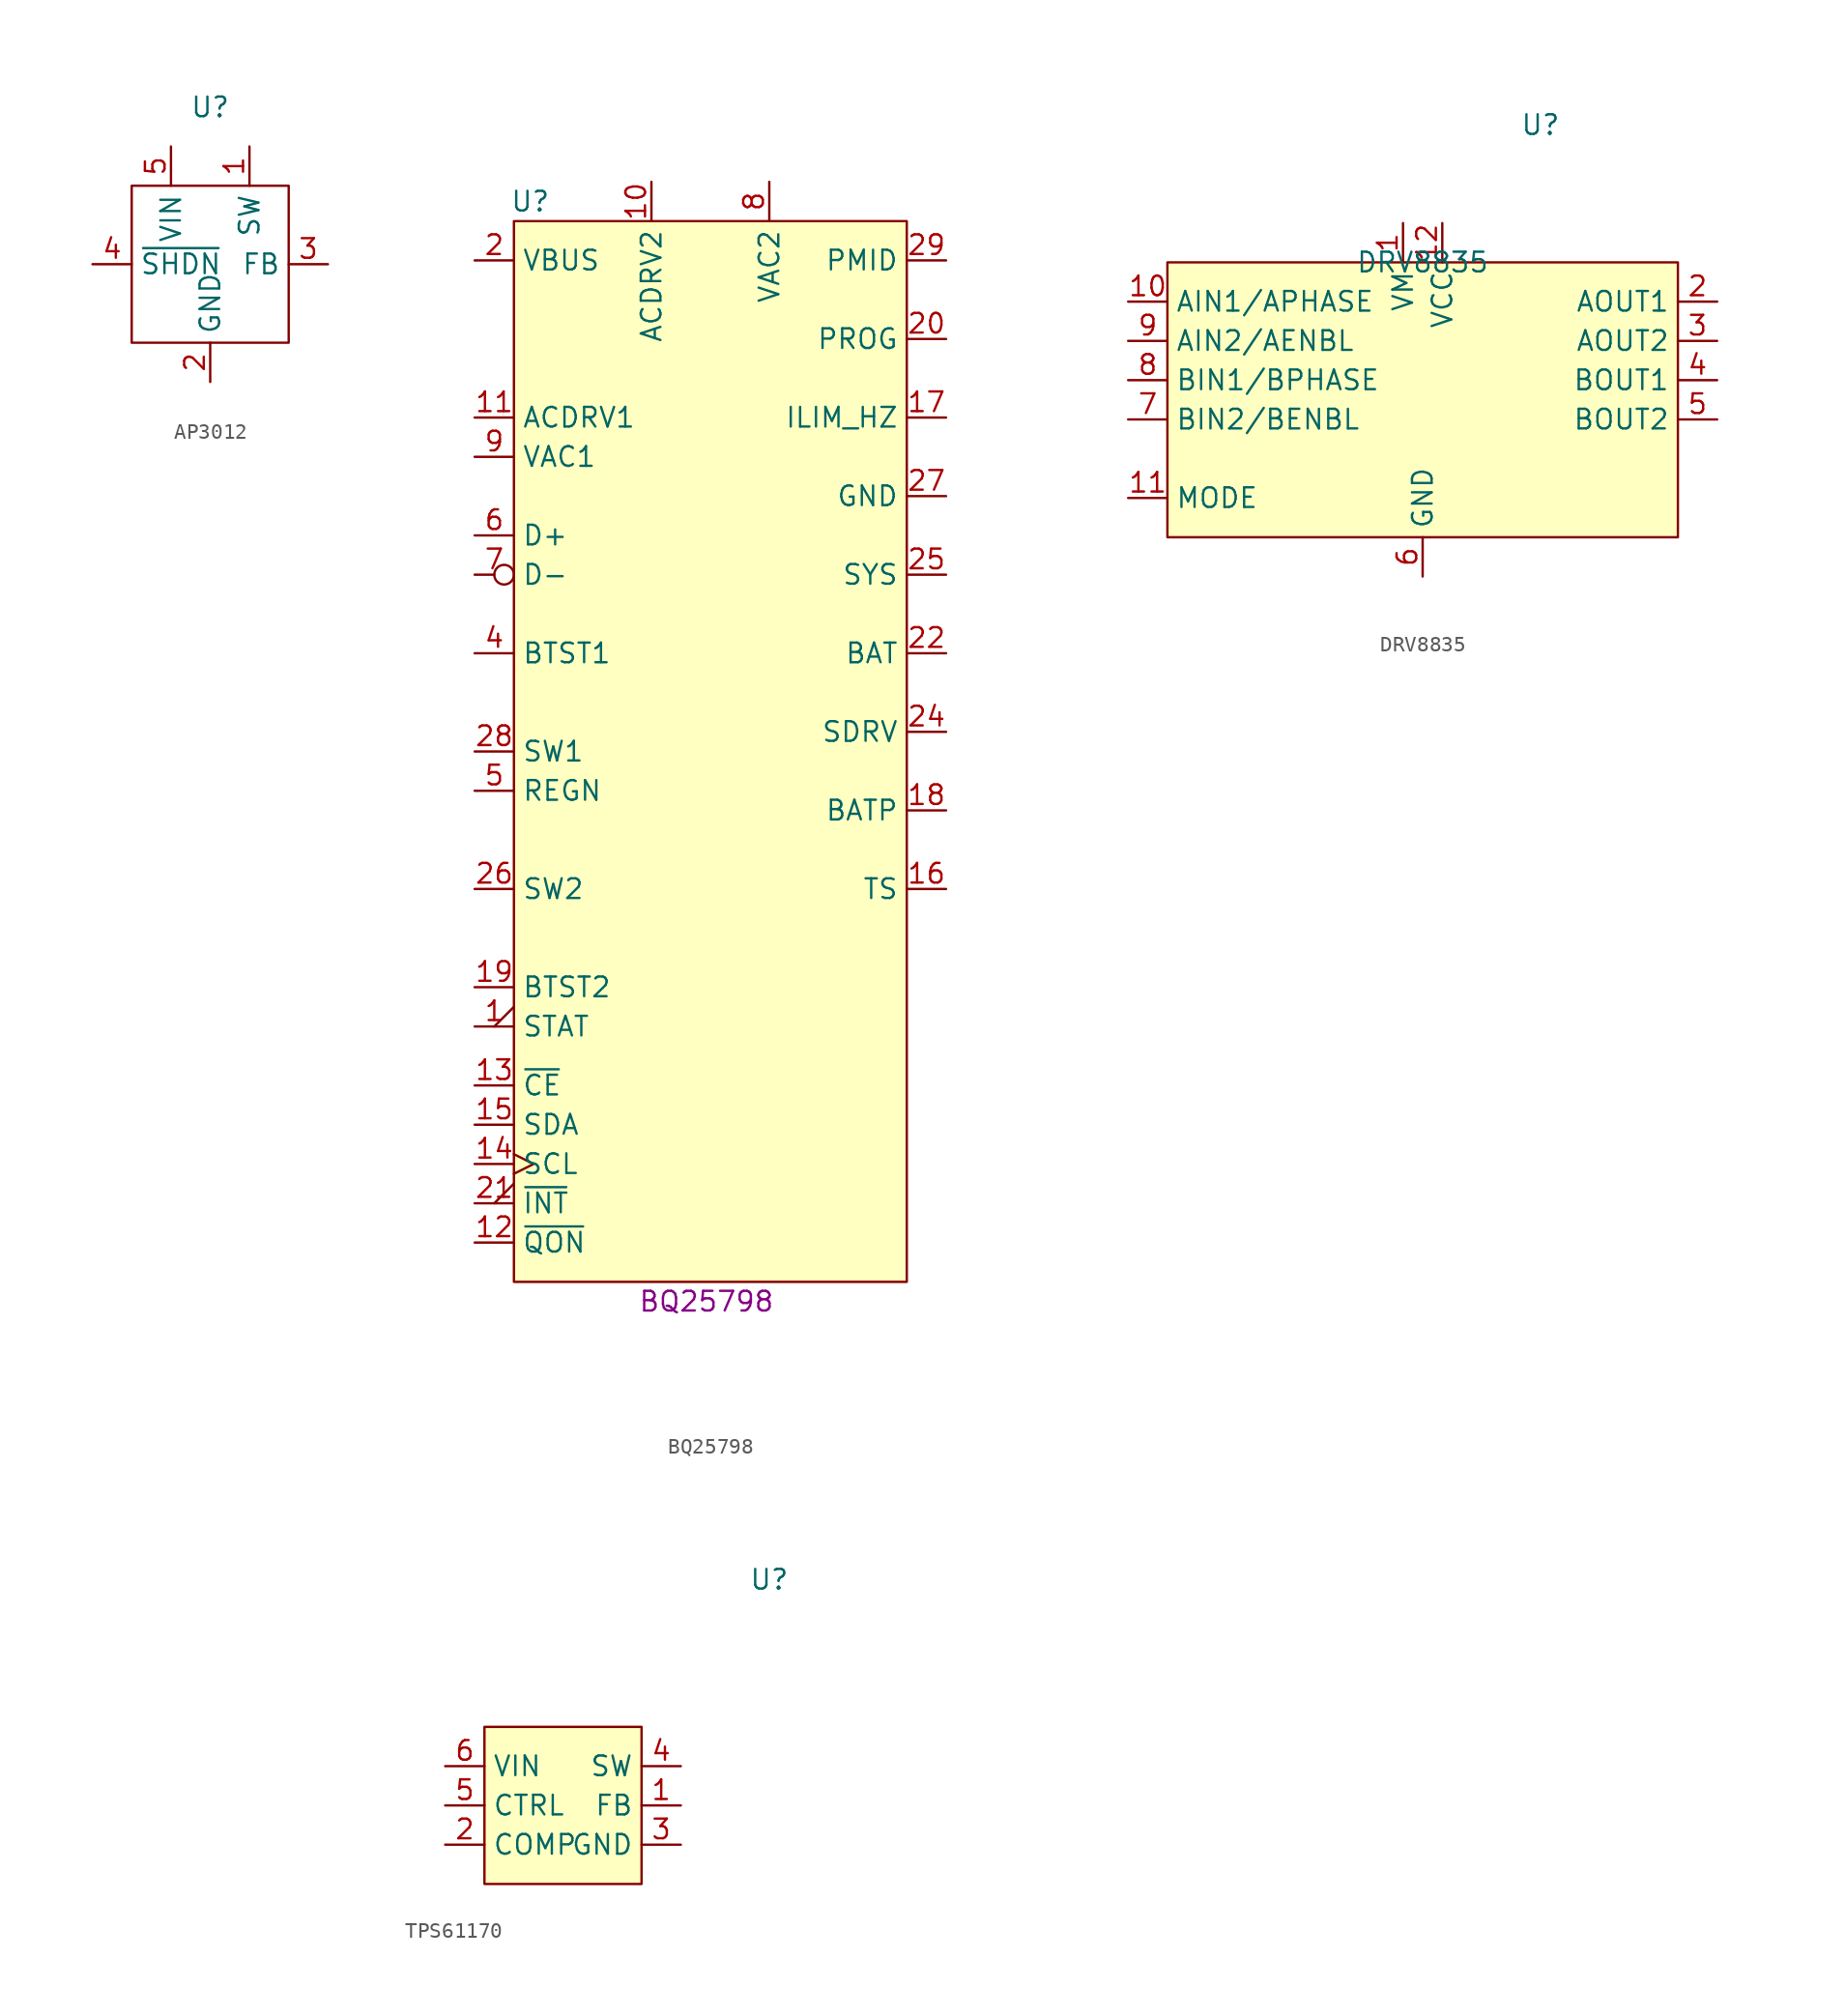
<source format=kicad_sym>
(kicad_symbol_lib
  (version 20231120)
  (generator "kicad_symbol_editor")
  (generator_version "8.0")
  (symbol "AP3012"
    (property "Reference" "U"
      (at 0 10.16 0)
      (effects (font (size 1.27 1.27))))
    (property "Value" ""
      (at 0 5.08 0)
      (effects (font (size 1.27 1.27))))
    (symbol "AP3012_0_0"
      (pin input line (at 2.54 7.62 270) (length 2.54) (name "SW" (effects (font (size 1.27 1.27)))) (number "1" (effects (font (size 1.27 1.27)))))
      (pin passive line (at 0 -7.62 90) (length 2.54) (name "GND" (effects (font (size 1.27 1.27)))) (number "2" (effects (font (size 1.27 1.27)))))
      (pin input line (at 7.62 0 180) (length 2.54) (name "FB" (effects (font (size 1.27 1.27)))) (number "3" (effects (font (size 1.27 1.27)))))
      (pin input line (at -7.62 0 0) (length 2.54) (name "~{SHDN}" (effects (font (size 1.27 1.27)))) (number "4" (effects (font (size 1.27 1.27)))))
      (pin power_in line (at -2.54 7.62 270) (length 2.54) (name "VIN" (effects (font (size 1.27 1.27)))) (number "5" (effects (font (size 1.27 1.27))))))
    (symbol "AP3012_0_1"
      (rectangle (start -5.08 5.08) (end 5.08 -5.08) (stroke (width 0) (type default)) (fill (type none)))))
  (symbol "BQ25798"
    (property "Reference" "U"
      (at -12.954 35.56 0)
      (do_not_autoplace)
      (effects (font (size 1.27 1.27)) (justify left)))
    (property "Value" ""
      (at 0 0 0)
      (effects (font (size 1.27 1.27))))
    (property "MPN" "BQ25798"
      (at -0.254 -35.56 0)
      (do_not_autoplace)
      (effects (font (size 1.27 1.27))))
    (symbol "BQ25798_0_0"
      (pin open_emitter output_low (at -15.24 -17.78 0) (length 2.54) (name "STAT" (effects (font (size 1.27 1.27)))) (number "1" (effects (font (size 1.27 1.27)))))
      (pin output line (at -3.81 36.83 270) (length 2.54) (name "ACDRV2" (effects (font (size 1.27 1.27)))) (number "10" (effects (font (size 1.27 1.27)))))
      (pin output line (at -15.24 21.59 0) (length 2.54) (name "ACDRV1" (effects (font (size 1.27 1.27)))) (number "11" (effects (font (size 1.27 1.27)))))
      (pin input line (at -15.24 -31.75 0) (length 2.54) (name "~{QON}" (effects (font (size 1.27 1.27)))) (number "12" (effects (font (size 1.27 1.27)))))
      (pin input line (at -15.24 -21.59 0) (length 2.54) (name "~{CE}" (effects (font (size 1.27 1.27)))) (number "13" (effects (font (size 1.27 1.27)))))
      (pin input clock (at -15.24 -26.67 0) (length 2.54) (name "SCL" (effects (font (size 1.27 1.27)))) (number "14" (effects (font (size 1.27 1.27)))))
      (pin bidirectional line (at -15.24 -24.13 0) (length 2.54) (name "SDA" (effects (font (size 1.27 1.27)))) (number "15" (effects (font (size 1.27 1.27)))))
      (pin input line (at 15.24 -8.89 180) (length 2.54) (name "TS" (effects (font (size 1.27 1.27)))) (number "16" (effects (font (size 1.27 1.27)))))
      (pin passive line (at 15.24 21.59 180) (length 2.54) (name "ILIM_HZ" (effects (font (size 1.27 1.27)))) (number "17" (effects (font (size 1.27 1.27)))))
      (pin input line (at 15.24 -3.81 180) (length 2.54) (name "BATP" (effects (font (size 1.27 1.27)))) (number "18" (effects (font (size 1.27 1.27)))))
      (pin power_out line (at -15.24 -15.24 0) (length 2.54) (name "BTST2" (effects (font (size 1.27 1.27)))) (number "19" (effects (font (size 1.27 1.27)))))
      (pin power_in line (at -15.24 31.75 0) (length 2.54) (name "VBUS" (effects (font (size 1.27 1.27)))) (number "2" (effects (font (size 1.27 1.27)))))
      (pin passive line (at 15.24 26.67 180) (length 2.54) (name "PROG" (effects (font (size 1.27 1.27)))) (number "20" (effects (font (size 1.27 1.27)))))
      (pin output output_low (at -15.24 -29.21 0) (length 2.54) (name "~{INT}" (effects (font (size 1.27 1.27)))) (number "21" (effects (font (size 1.27 1.27)))))
      (pin power_out line (at 15.24 6.35 180) (length 2.54) (name "BAT" (effects (font (size 1.27 1.27)))) (number "22" (effects (font (size 1.27 1.27)))))
      (pin power_out line (at 15.24 1.27 180) (length 2.54) (name "SDRV" (effects (font (size 1.27 1.27)))) (number "24" (effects (font (size 1.27 1.27)))))
      (pin output line (at 15.24 11.43 180) (length 2.54) (name "SYS" (effects (font (size 1.27 1.27)))) (number "25" (effects (font (size 1.27 1.27)))))
      (pin passive line (at -15.24 -8.89 0) (length 2.54) (name "SW2" (effects (font (size 1.27 1.27)))) (number "26" (effects (font (size 1.27 1.27)))))
      (pin passive line (at 15.24 16.51 180) (length 2.54) (name "GND" (effects (font (size 1.27 1.27)))) (number "27" (effects (font (size 1.27 1.27)))))
      (pin passive line (at -15.24 0 0) (length 2.54) (name "SW1" (effects (font (size 1.27 1.27)))) (number "28" (effects (font (size 1.27 1.27)))))
      (pin open_collector line (at 15.24 31.75 180) (length 2.54) (name "PMID" (effects (font (size 1.27 1.27)))) (number "29" (effects (font (size 1.27 1.27)))))
      (pin power_in line (at -15.24 6.35 0) (length 2.54) (name "BTST1" (effects (font (size 1.27 1.27)))) (number "4" (effects (font (size 1.27 1.27)))))
      (pin power_out line (at -15.24 -2.54 0) (length 2.54) (name "REGN" (effects (font (size 1.27 1.27)))) (number "5" (effects (font (size 1.27 1.27)))))
      (pin bidirectional line (at -15.24 13.97 0) (length 2.54) (name "D+" (effects (font (size 1.27 1.27)))) (number "6" (effects (font (size 1.27 1.27)))))
      (pin bidirectional inverted (at -15.24 11.43 0) (length 2.54) (name "D-" (effects (font (size 1.27 1.27)))) (number "7" (effects (font (size 1.27 1.27)))))
      (pin power_in line (at 3.81 36.83 270) (length 2.54) (name "VAC2" (effects (font (size 1.27 1.27)))) (number "8" (effects (font (size 1.27 1.27)))))
      (pin power_in line (at -15.24 19.05 0) (length 2.54) (name "VAC1" (effects (font (size 1.27 1.27)))) (number "9" (effects (font (size 1.27 1.27))))))
    (symbol "BQ25798_1_0"
      (pin output line (at 15.24 6.35 180) (length 2.54) hide (name "BAT" (effects (font (size 1.27 1.27)))) (number "23" (effects (font (size 1.27 1.27)))))
      (pin power_in line (at -15.24 31.75 0) (length 2.54) hide (name "VBUS" (effects (font (size 1.27 1.27)))) (number "3" (effects (font (size 1.27 1.27))))))
    (symbol "BQ25798_1_1"
      (rectangle (start -12.7 34.29) (end 12.7 -34.29) (stroke (width 0) (type default)) (fill (type background)))))
  (symbol "DRV8835"
    (property "Reference" "U"
      (at 7.62 8.89 0)
      (effects (font (size 1.27 1.27))))
    (property "Value" "DRV8835"
      (at 0 0 0)
      (effects (font (size 1.27 1.27))))
    (symbol "DRV8835_0_1"
      (rectangle (start -16.51 0) (end 16.51 -17.78) (stroke (width 0) (type default)) (fill (type background))))
    (symbol "DRV8835_1_1"
      (pin power_in line (at -1.27 2.54 270) (length 2.54) (name "VM" (effects (font (size 1.27 1.27)))) (number "1" (effects (font (size 1.27 1.27)))))
      (pin input line (at -19.05 -2.54 0) (length 2.54) (name "AIN1/APHASE" (effects (font (size 1.27 1.27)))) (number "10" (effects (font (size 1.27 1.27)))))
      (pin input line (at -19.05 -15.24 0) (length 2.54) (name "MODE" (effects (font (size 1.27 1.27)))) (number "11" (effects (font (size 1.27 1.27)))))
      (pin power_in line (at 1.27 2.54 270) (length 2.54) (name "VCC" (effects (font (size 1.27 1.27)))) (number "12" (effects (font (size 1.27 1.27)))))
      (pin output line (at 19.05 -2.54 180) (length 2.54) (name "AOUT1" (effects (font (size 1.27 1.27)))) (number "2" (effects (font (size 1.27 1.27)))))
      (pin output line (at 19.05 -5.08 180) (length 2.54) (name "AOUT2" (effects (font (size 1.27 1.27)))) (number "3" (effects (font (size 1.27 1.27)))))
      (pin output line (at 19.05 -7.62 180) (length 2.54) (name "BOUT1" (effects (font (size 1.27 1.27)))) (number "4" (effects (font (size 1.27 1.27)))))
      (pin output line (at 19.05 -10.16 180) (length 2.54) (name "BOUT2" (effects (font (size 1.27 1.27)))) (number "5" (effects (font (size 1.27 1.27)))))
      (pin passive line (at 0 -20.32 90) (length 2.54) (name "GND" (effects (font (size 1.27 1.27)))) (number "6" (effects (font (size 1.27 1.27)))))
      (pin input line (at -19.05 -10.16 0) (length 2.54) (name "BIN2/BENBL" (effects (font (size 1.27 1.27)))) (number "7" (effects (font (size 1.27 1.27)))))
      (pin input line (at -19.05 -7.62 0) (length 2.54) (name "BIN1/BPHASE" (effects (font (size 1.27 1.27)))) (number "8" (effects (font (size 1.27 1.27)))))
      (pin input line (at -19.05 -5.08 0) (length 2.54) (name "AIN2/AENBL" (effects (font (size 1.27 1.27)))) (number "9" (effects (font (size 1.27 1.27)))))))
  (symbol "TPS61170"
    (property "Reference" "U"
      (at 13.335 12.065 0)
      (effects (font (size 1.27 1.27))))
    (property "Value" ""
      (at -27.94 -1.905 0)
      (effects (font (size 1.27 1.27))))
    (symbol "TPS61170_0_0"
      (pin input line (at 7.62 -2.54 180) (length 2.54) (name "FB" (effects (font (size 1.27 1.27)))) (number "1" (effects (font (size 1.27 1.27)))))
      (pin output line (at -7.62 -5.08 0) (length 2.54) (name "COMP" (effects (font (size 1.27 1.27)))) (number "2" (effects (font (size 1.27 1.27)))))
      (pin passive line (at 7.62 -5.08 180) (length 2.54) (name "GND" (effects (font (size 1.27 1.27)))) (number "3" (effects (font (size 1.27 1.27)))))
      (pin input line (at 7.62 0 180) (length 2.54) (name "SW" (effects (font (size 1.27 1.27)))) (number "4" (effects (font (size 1.27 1.27)))))
      (pin input line (at -7.62 -2.54 0) (length 2.54) (name "CTRL" (effects (font (size 1.27 1.27)))) (number "5" (effects (font (size 1.27 1.27)))))
      (pin power_in line (at -7.62 0 0) (length 2.54) (name "VIN" (effects (font (size 1.27 1.27)))) (number "6" (effects (font (size 1.27 1.27))))))
    (symbol "TPS61170_1_1"
      (rectangle (start -5.08 2.54) (end 5.08 -7.62) (stroke (width 0) (type default)) (fill (type background))))))
</source>
